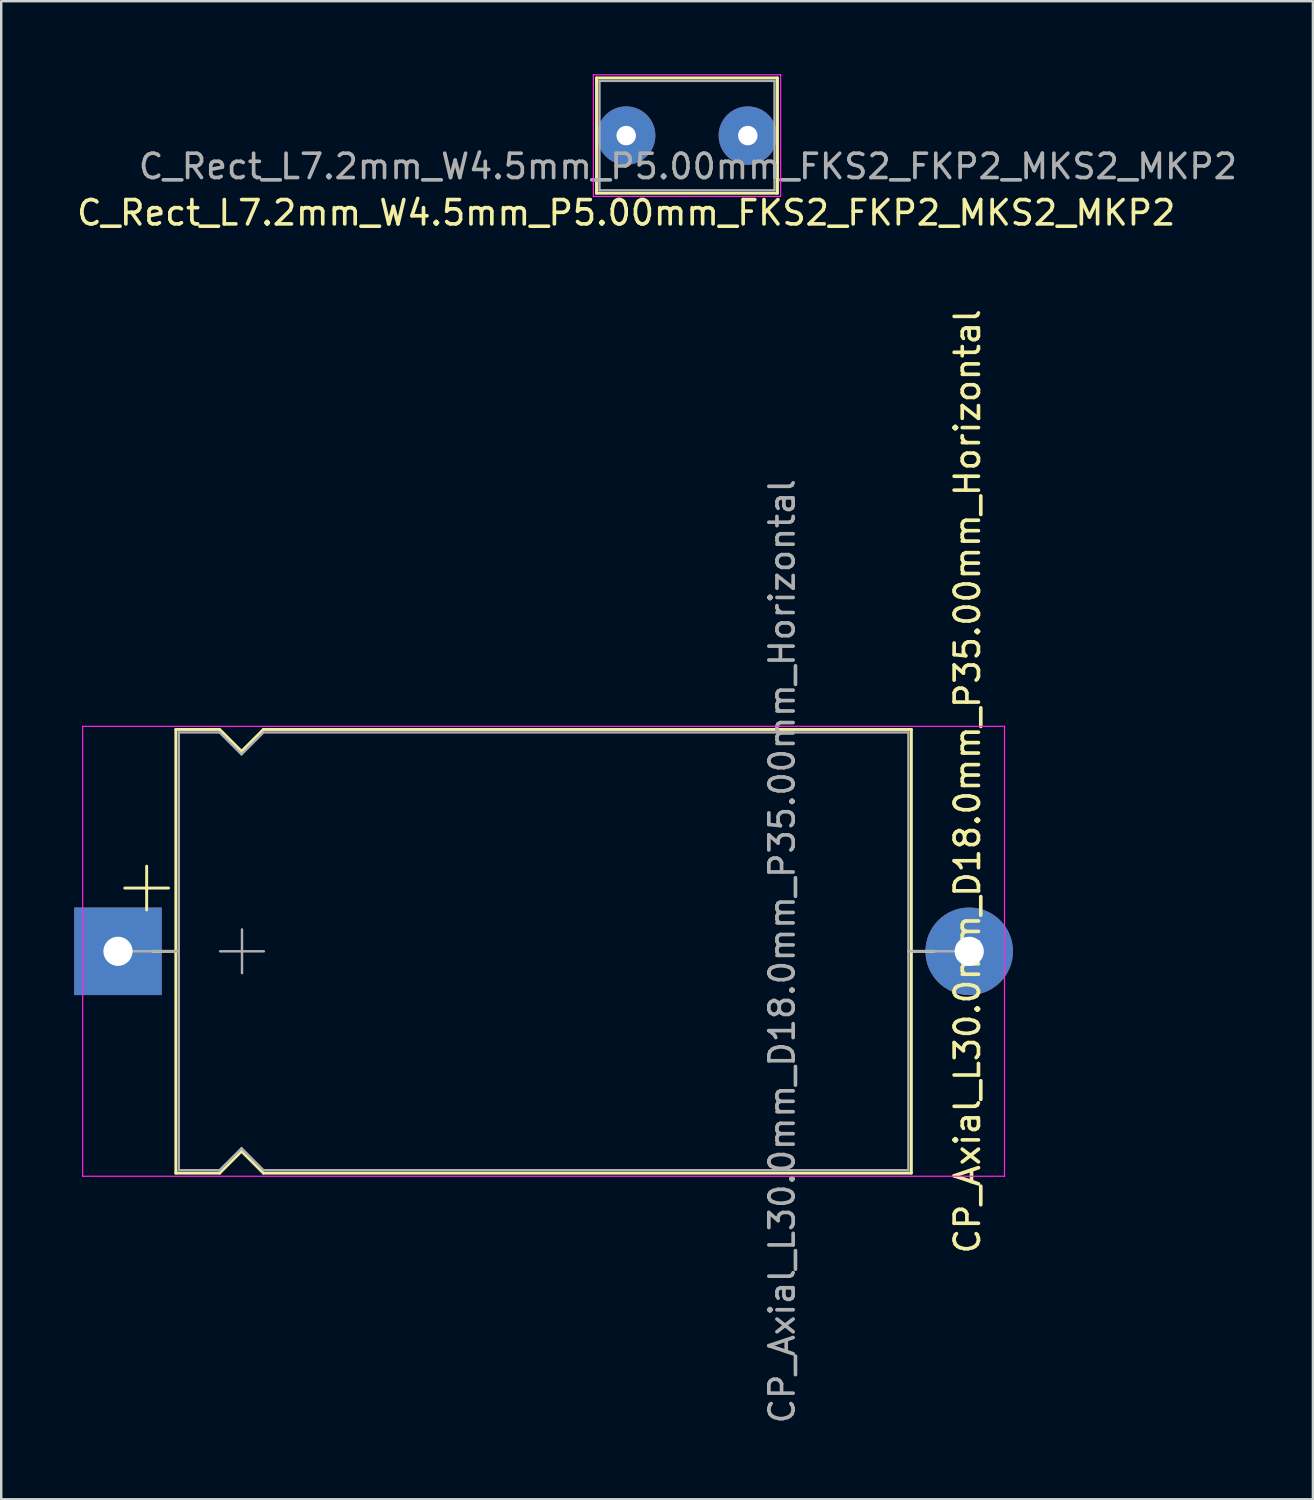
<source format=kicad_pcb>
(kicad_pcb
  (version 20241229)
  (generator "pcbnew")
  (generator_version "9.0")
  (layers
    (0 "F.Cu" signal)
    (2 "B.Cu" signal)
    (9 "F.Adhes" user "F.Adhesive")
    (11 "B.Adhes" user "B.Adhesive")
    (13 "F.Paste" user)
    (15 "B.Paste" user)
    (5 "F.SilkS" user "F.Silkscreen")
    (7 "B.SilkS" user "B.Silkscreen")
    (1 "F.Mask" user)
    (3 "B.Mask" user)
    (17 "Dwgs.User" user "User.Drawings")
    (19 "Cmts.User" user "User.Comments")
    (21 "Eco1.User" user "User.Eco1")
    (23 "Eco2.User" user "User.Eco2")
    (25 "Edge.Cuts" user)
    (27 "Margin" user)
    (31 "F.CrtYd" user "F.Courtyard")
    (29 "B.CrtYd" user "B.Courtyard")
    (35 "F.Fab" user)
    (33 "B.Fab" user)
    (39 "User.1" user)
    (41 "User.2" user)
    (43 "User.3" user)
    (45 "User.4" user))
  (footprint "C_Rect_L7.2mm_W4.5mm_P5.00mm_FKS2_FKP2_MKS2_MKP2"
    (layer "F.Cu")
    (at 22.696 2.525)
    (property "Reference" "C_Rect_L7.2mm_W4.5mm_P5.00mm_FKS2_FKP2_MKS2_MKP2" (at 0 3.175 180) (layer "F.SilkS") (effects (font (size 1 1) (thickness 0.15))))
    (attr through_hole)
    (fp_line (start -1.22 -2.37) (end -1.22 2.37) (stroke (width 0.12) (type solid)) (layer "F.SilkS"))
    (fp_line (start -1.22 -2.37) (end 6.22 -2.37) (stroke (width 0.12) (type solid)) (layer "F.SilkS"))
    (fp_line (start -1.22 2.37) (end 6.22 2.37) (stroke (width 0.12) (type solid)) (layer "F.SilkS"))
    (fp_line (start 6.22 -2.37) (end 6.22 2.37) (stroke (width 0.12) (type solid)) (layer "F.SilkS"))
    (fp_line (start -1.35 -2.5) (end -1.35 2.5) (stroke (width 0.05) (type solid)) (layer "F.CrtYd"))
    (fp_line (start -1.35 2.5) (end 6.35 2.5) (stroke (width 0.05) (type solid)) (layer "F.CrtYd"))
    (fp_line (start 6.35 -2.5) (end -1.35 -2.5) (stroke (width 0.05) (type solid)) (layer "F.CrtYd"))
    (fp_line (start 6.35 2.5) (end 6.35 -2.5) (stroke (width 0.05) (type solid)) (layer "F.CrtYd"))
    (fp_line (start -1.1 -2.25) (end -1.1 2.25) (stroke (width 0.1) (type solid)) (layer "F.Fab"))
    (fp_line (start -1.1 2.25) (end 6.1 2.25) (stroke (width 0.1) (type solid)) (layer "F.Fab"))
    (fp_line (start 6.1 -2.25) (end -1.1 -2.25) (stroke (width 0.1) (type solid)) (layer "F.Fab"))
    (fp_line (start 6.1 2.25) (end 6.1 -2.25) (stroke (width 0.1) (type solid)) (layer "F.Fab"))
    (fp_text user "${REFERENCE}" (at 2.539 1.269 180) (layer "F.Fab") (effects (font (size 1 1) (thickness 0.15))))
    (pad "1" thru_hole circle (at 0 0) (size 2.4 2.4) (drill 0.8) (layers "*.Cu" "*.Mask"))
    (pad "2" thru_hole circle (at 5 0) (size 2.4 2.4) (drill 0.8) (layers "*.Cu" "*.Mask")))
  (footprint "CP_Axial_L30.0mm_D18.0mm_P35.00mm_Horizontal"
    (layer "F.Cu")
    (at 1.8 36.063)
    (property "Reference" "CP_Axial_L30.0mm_D18.0mm_P35.00mm_Horizontal" (at 34.925 -6.985 90) (layer "F.SilkS") (effects (font (size 1 1) (thickness 0.15))))
    (attr through_hole)
    (fp_line (start 0.28 -2.6) (end 2.08 -2.6) (stroke (width 0.12) (type solid)) (layer "F.SilkS"))
    (fp_line (start 1.18 -3.5) (end 1.18 -1.7) (stroke (width 0.12) (type solid)) (layer "F.SilkS"))
    (fp_line (start 1.44 0) (end 2.38 0) (stroke (width 0.12) (type solid)) (layer "F.SilkS"))
    (fp_line (start 2.38 -9.12) (end 2.38 9.12) (stroke (width 0.12) (type solid)) (layer "F.SilkS"))
    (fp_line (start 2.38 -9.12) (end 4.18 -9.12) (stroke (width 0.12) (type solid)) (layer "F.SilkS"))
    (fp_line (start 2.38 9.12) (end 4.18 9.12) (stroke (width 0.12) (type solid)) (layer "F.SilkS"))
    (fp_line (start 4.18 -9.12) (end 5.08 -8.22) (stroke (width 0.12) (type solid)) (layer "F.SilkS"))
    (fp_line (start 4.18 9.12) (end 5.08 8.22) (stroke (width 0.12) (type solid)) (layer "F.SilkS"))
    (fp_line (start 5.08 -8.22) (end 5.98 -9.12) (stroke (width 0.12) (type solid)) (layer "F.SilkS"))
    (fp_line (start 5.08 8.22) (end 5.98 9.12) (stroke (width 0.12) (type solid)) (layer "F.SilkS"))
    (fp_line (start 5.98 -9.12) (end 32.62 -9.12) (stroke (width 0.12) (type solid)) (layer "F.SilkS"))
    (fp_line (start 5.98 9.12) (end 32.62 9.12) (stroke (width 0.12) (type solid)) (layer "F.SilkS"))
    (fp_line (start 32.62 -9.12) (end 32.62 9.12) (stroke (width 0.12) (type solid)) (layer "F.SilkS"))
    (fp_line (start 33.56 0) (end 32.62 0) (stroke (width 0.12) (type solid)) (layer "F.SilkS"))
    (fp_line (start -1.45 -9.25) (end -1.45 9.25) (stroke (width 0.05) (type solid)) (layer "F.CrtYd"))
    (fp_line (start -1.45 9.25) (end 36.45 9.25) (stroke (width 0.05) (type solid)) (layer "F.CrtYd"))
    (fp_line (start 36.45 -9.25) (end -1.45 -9.25) (stroke (width 0.05) (type solid)) (layer "F.CrtYd"))
    (fp_line (start 36.45 9.25) (end 36.45 -9.25) (stroke (width 0.05) (type solid)) (layer "F.CrtYd"))
    (fp_line (start 0 0) (end 2.5 0) (stroke (width 0.1) (type solid)) (layer "F.Fab"))
    (fp_line (start 2.5 -9) (end 2.5 9) (stroke (width 0.1) (type solid)) (layer "F.Fab"))
    (fp_line (start 2.5 -9) (end 4.18 -9) (stroke (width 0.1) (type solid)) (layer "F.Fab"))
    (fp_line (start 2.5 9) (end 4.18 9) (stroke (width 0.1) (type solid)) (layer "F.Fab"))
    (fp_line (start 4.18 -9) (end 5.08 -8.1) (stroke (width 0.1) (type solid)) (layer "F.Fab"))
    (fp_line (start 4.18 9) (end 5.08 8.1) (stroke (width 0.1) (type solid)) (layer "F.Fab"))
    (fp_line (start 4.2 0) (end 6 0) (stroke (width 0.1) (type solid)) (layer "F.Fab"))
    (fp_line (start 5.08 -8.1) (end 5.98 -9) (stroke (width 0.1) (type solid)) (layer "F.Fab"))
    (fp_line (start 5.08 8.1) (end 5.98 9) (stroke (width 0.1) (type solid)) (layer "F.Fab"))
    (fp_line (start 5.1 -0.9) (end 5.1 0.9) (stroke (width 0.1) (type solid)) (layer "F.Fab"))
    (fp_line (start 5.98 -9) (end 32.5 -9) (stroke (width 0.1) (type solid)) (layer "F.Fab"))
    (fp_line (start 5.98 9) (end 32.5 9) (stroke (width 0.1) (type solid)) (layer "F.Fab"))
    (fp_line (start 32.5 -9) (end 32.5 9) (stroke (width 0.1) (type solid)) (layer "F.Fab"))
    (fp_line (start 35 0) (end 32.5 0) (stroke (width 0.1) (type solid)) (layer "F.Fab"))
    (fp_text user "${REFERENCE}" (at 27.306 0 90) (layer "F.Fab") (effects (font (size 1 1) (thickness 0.15))))
    (pad "1" thru_hole rect (at 0 0) (size 3.6 3.6) (drill 1.2) (layers "*.Cu" "*.Mask"))
    (pad "2" thru_hole oval (at 35 0) (size 3.6 3.6) (drill 1.2) (layers "*.Cu" "*.Mask")))
  (gr_rect
    (start -3 -3)
    (end 50.931 58.593)
    (stroke (width 0.1) (type default))
    (fill no)
    (layer "Edge.Cuts")))
</source>
